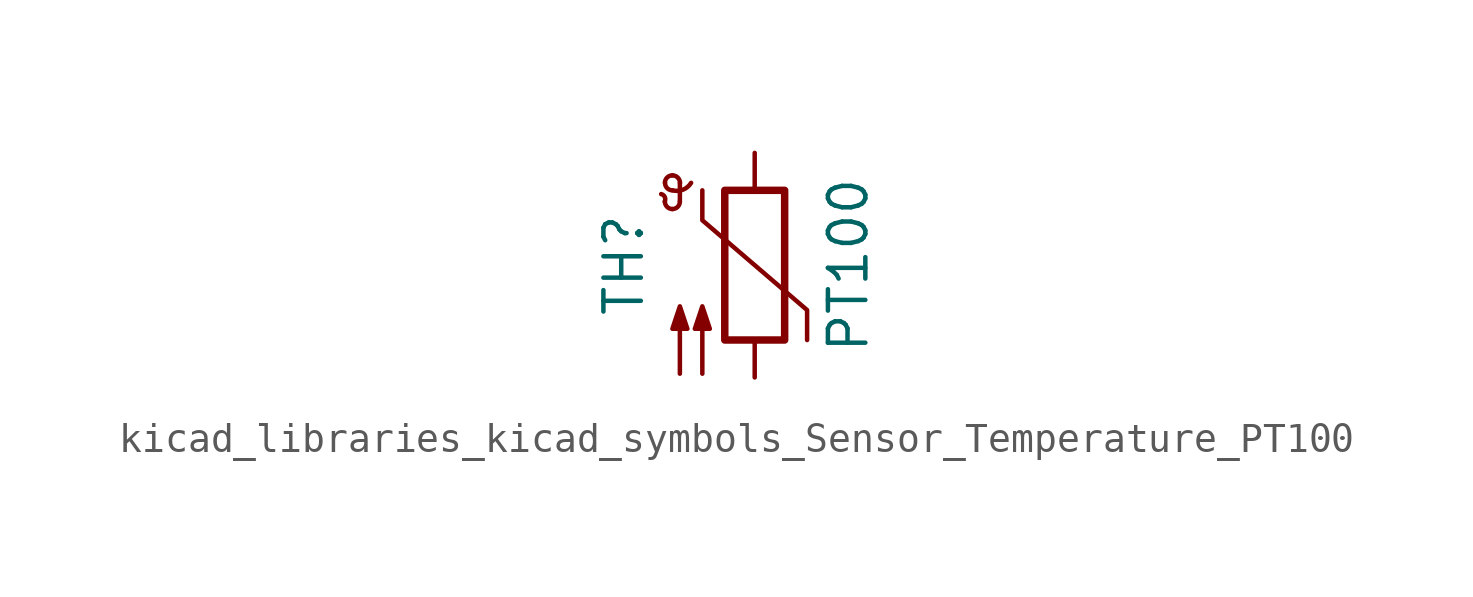
<source format=kicad_sym>
(kicad_symbol_lib
  (version 20220914)
  (generator kicad_symbol_editor)
  (symbol "kicad_libraries_kicad_symbols_Sensor_Temperature_PT100"
    (pin_numbers hide)
    (pin_names
      (offset 0))
    (property "Reference" "TH"
      (at -4.445 0 90)
      (effects (font (size 1.27 1.27))))
    (property "Value" "PT100"
      (at 3.175 0 90)
      (effects (font (size 1.27 1.27))))
    (symbol "kicad_libraries_kicad_symbols_Sensor_Temperature_PT100_0_1"
      (arc (start -3.048 2.159) (mid -3.0495 2.3143) (end -3.175 2.413) (stroke (width 0) (type default)) (fill (type none)))
      (arc (start -3.048 2.159) (mid -2.9736 1.9794) (end -2.794 1.905) (stroke (width 0) (type default)) (fill (type none)))
      (arc (start -3.048 2.794) (mid -2.9736 2.6144) (end -2.794 2.54) (stroke (width 0) (type default)) (fill (type none)))
      (arc (start -2.794 1.905) (mid -2.6144 1.9794) (end -2.54 2.159) (stroke (width 0) (type default)) (fill (type none)))
      (arc (start -2.794 2.54) (mid -2.4393 2.5587) (end -2.159 2.794) (stroke (width 0) (type default)) (fill (type none)))
      (arc (start -2.794 3.048) (mid -2.9736 2.9736) (end -3.048 2.794) (stroke (width 0) (type default)) (fill (type none)))
      (arc (start -2.54 2.794) (mid -2.6144 2.9736) (end -2.794 3.048) (stroke (width 0) (type default)) (fill (type none)))
      (rectangle (start -1.016 2.54) (end 1.016 -2.54) (stroke (width 0.254) (type default)) (fill (type none)))
      (polyline (pts (xy -2.54 2.159) (xy -2.54 2.794)) (stroke (width 0) (type default)) (fill (type none)))
      (polyline (pts (xy -1.778 2.54) (xy -1.778 1.524) (xy 1.778 -1.524) (xy 1.778 -2.54)) (stroke (width 0) (type default)) (fill (type none)))
      (polyline (pts (xy -2.54 -3.683) (xy -2.54 -1.397) (xy -2.794 -2.159) (xy -2.286 -2.159) (xy -2.54 -1.397) (xy -2.54 -1.651)) (stroke (width 0) (type default)) (fill (type outline)))
      (polyline (pts (xy -1.778 -3.683) (xy -1.778 -1.397) (xy -2.032 -2.159) (xy -1.524 -2.159) (xy -1.778 -1.397) (xy -1.778 -1.651)) (stroke (width 0) (type default)) (fill (type outline))))
    (symbol "kicad_libraries_kicad_symbols_Sensor_Temperature_PT100_1_1"
      (pin passive line (at 0 3.81 270) (length 1.27) (name "~" (effects (font (size 1.27 1.27)))) (number "1" (effects (font (size 1.27 1.27)))))
      (pin passive line (at 0 -3.81 90) (length 1.27) (name "~" (effects (font (size 1.27 1.27)))) (number "2" (effects (font (size 1.27 1.27))))))))
</source>
